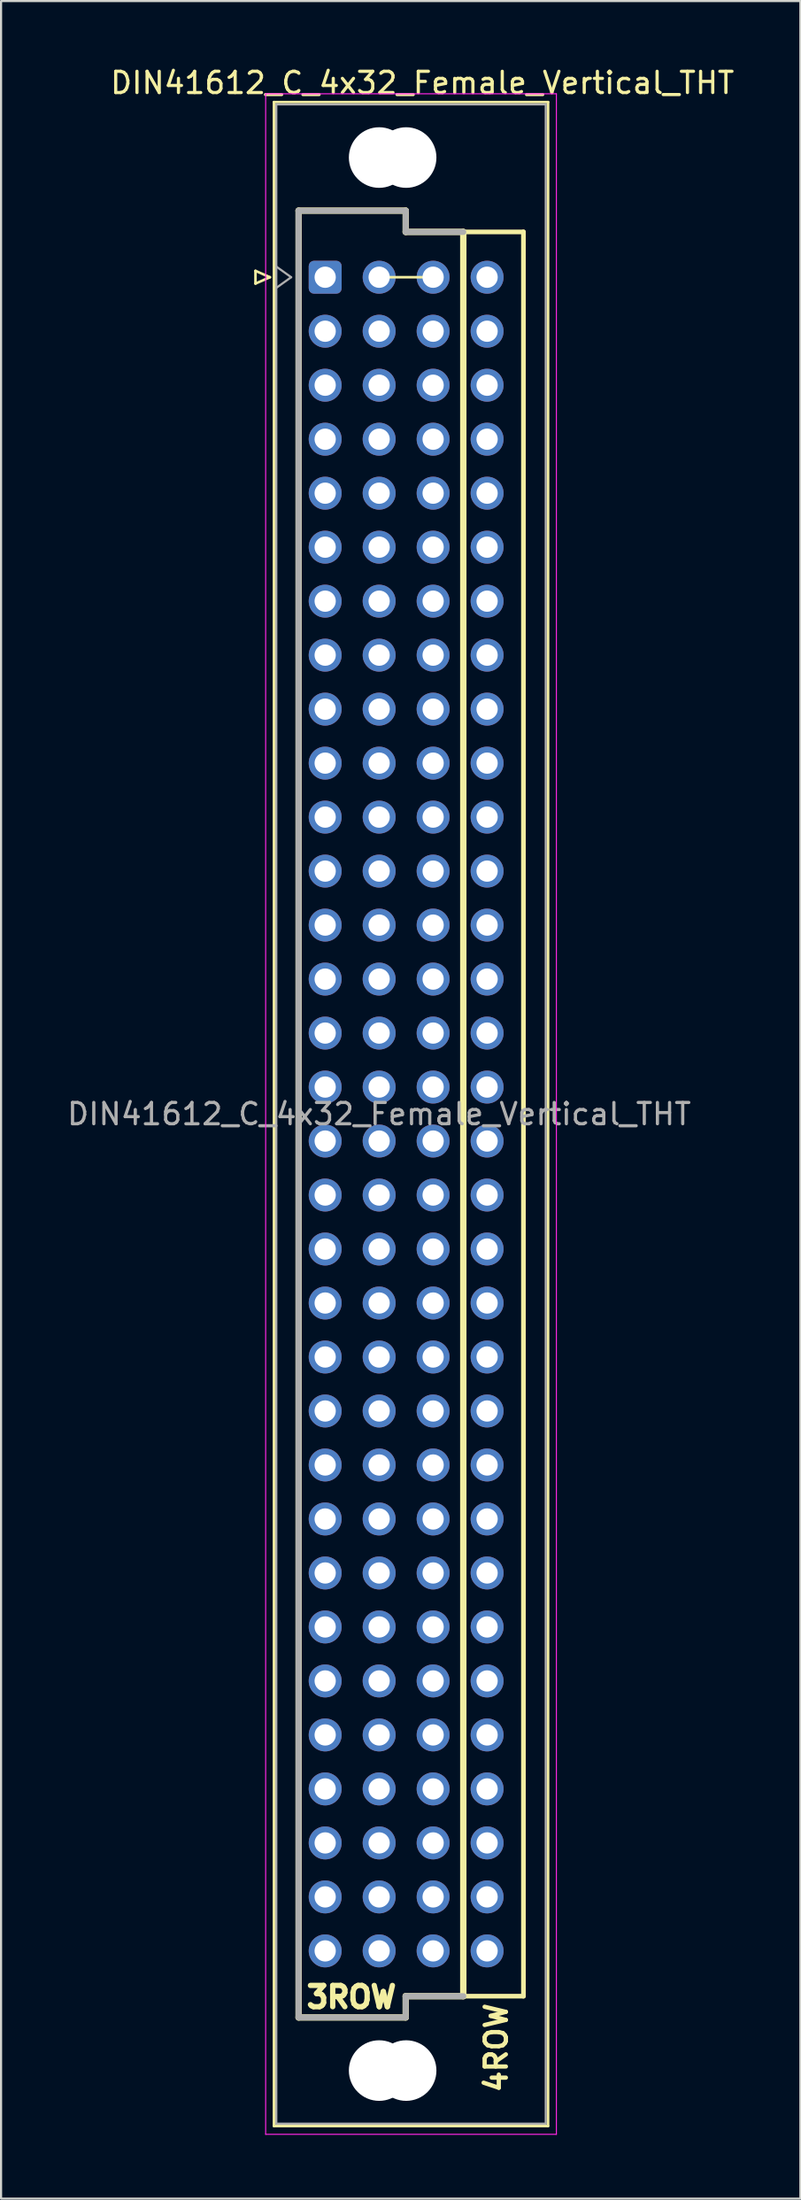
<source format=kicad_pcb>
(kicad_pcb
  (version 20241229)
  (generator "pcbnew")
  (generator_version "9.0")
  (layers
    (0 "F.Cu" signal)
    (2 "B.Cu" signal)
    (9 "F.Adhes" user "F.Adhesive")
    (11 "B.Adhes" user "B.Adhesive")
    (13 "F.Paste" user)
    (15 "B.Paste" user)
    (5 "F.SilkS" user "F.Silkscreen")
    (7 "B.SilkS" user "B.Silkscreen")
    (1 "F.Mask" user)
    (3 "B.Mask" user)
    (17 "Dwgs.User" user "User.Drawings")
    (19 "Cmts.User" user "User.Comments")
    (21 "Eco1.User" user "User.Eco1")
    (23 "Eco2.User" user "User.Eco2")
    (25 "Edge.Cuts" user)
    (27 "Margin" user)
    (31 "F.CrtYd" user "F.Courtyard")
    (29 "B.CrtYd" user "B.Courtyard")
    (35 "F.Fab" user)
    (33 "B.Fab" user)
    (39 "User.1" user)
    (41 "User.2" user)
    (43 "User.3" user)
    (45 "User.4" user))
  (footprint "DIN41612_C_4x32_Female_Vertical_THT"
    (layer "F.Cu")
    (at 14.792 9.992)
    (property "Reference" "DIN41612_C_4x32_Female_Vertical_THT" (at 2.032 -9.144 0) (layer "F.SilkS") (effects (font (size 1 1) (thickness 0.15))))
    (attr through_hole)
    (fp_line (start -5.82 -0.3) (end -5.82 0.3) (stroke (width 0.12) (type solid)) (layer "F.SilkS"))
    (fp_line (start -5.82 0.3) (end -5.14 0) (stroke (width 0.12) (type solid)) (layer "F.SilkS"))
    (fp_line (start -5.14 0) (end -5.82 -0.3) (stroke (width 0.12) (type solid)) (layer "F.SilkS"))
    (fp_line (start -4.95 -8.24) (end 7.95 -8.24) (stroke (width 0.12) (type solid)) (layer "F.SilkS"))
    (fp_line (start -4.95 86.98) (end -4.95 -8.24) (stroke (width 0.12) (type solid)) (layer "F.SilkS"))
    (fp_line (start -3.79 -3.131) (end 1.25 -3.131) (stroke (width 0.3) (type solid)) (layer "F.SilkS"))
    (fp_line (start -3.79 81.87) (end -3.79 -3.131) (stroke (width 0.3) (type solid)) (layer "F.SilkS"))
    (fp_line (start 0 0) (end 2.54 0) (stroke (width 0.12) (type default)) (layer "F.SilkS"))
    (fp_line (start 1.25 -3.131) (end 1.25 -2.131) (stroke (width 0.3) (type solid)) (layer "F.SilkS"))
    (fp_line (start 1.25 -2.131) (end 3.96 -2.131) (stroke (width 0.3) (type solid)) (layer "F.SilkS"))
    (fp_line (start 1.25 80.87) (end 1.25 81.87) (stroke (width 0.3) (type solid)) (layer "F.SilkS"))
    (fp_line (start 1.25 81.87) (end -3.79 81.87) (stroke (width 0.3) (type solid)) (layer "F.SilkS"))
    (fp_line (start 3.96 -2.131) (end 3.96 80.87) (stroke (width 0.3) (type solid)) (layer "F.SilkS"))
    (fp_line (start 3.96 80.87) (end 1.25 80.87) (stroke (width 0.3) (type solid)) (layer "F.SilkS"))
    (fp_line (start 6.79 -2.131) (end 3.96 -2.131) (stroke (width 0.22) (type solid)) (layer "F.SilkS"))
    (fp_line (start 6.79 -2.131) (end 6.79 80.87) (stroke (width 0.22) (type solid)) (layer "F.SilkS"))
    (fp_line (start 6.79 80.87) (end 3.96 80.87) (stroke (width 0.22) (type solid)) (layer "F.SilkS"))
    (fp_line (start 7.95 -8.24) (end 7.95 86.98) (stroke (width 0.12) (type solid)) (layer "F.SilkS"))
    (fp_line (start 7.95 86.98) (end -4.95 86.98) (stroke (width 0.12) (type solid)) (layer "F.SilkS"))
    (fp_line (start -5.34 -8.63) (end 8.34 -8.63) (stroke (width 0.05) (type solid)) (layer "F.CrtYd"))
    (fp_line (start -5.34 87.37) (end -5.34 -8.63) (stroke (width 0.05) (type solid)) (layer "F.CrtYd"))
    (fp_line (start 8.34 -8.63) (end 8.34 87.37) (stroke (width 0.05) (type solid)) (layer "F.CrtYd"))
    (fp_line (start 8.34 87.37) (end -5.34 87.37) (stroke (width 0.05) (type solid)) (layer "F.CrtYd"))
    (fp_line (start -4.84 -8.13) (end 7.84 -8.13) (stroke (width 0.1) (type solid)) (layer "F.Fab"))
    (fp_line (start -4.84 -0.5) (end -4.14 0) (stroke (width 0.1) (type solid)) (layer "F.Fab"))
    (fp_line (start -4.84 86.87) (end -4.84 -8.13) (stroke (width 0.1) (type solid)) (layer "F.Fab"))
    (fp_line (start -4.14 0) (end -4.84 0.5) (stroke (width 0.1) (type solid)) (layer "F.Fab"))
    (fp_line (start -3.79 -3.13) (end 1.25 -3.13) (stroke (width 0.28) (type solid)) (layer "F.Fab"))
    (fp_line (start -3.79 81.87) (end -3.79 -3.13) (stroke (width 0.28) (type solid)) (layer "F.Fab"))
    (fp_line (start 1.25 -3.13) (end 1.25 -2.13) (stroke (width 0.28) (type solid)) (layer "F.Fab"))
    (fp_line (start 1.25 -2.13) (end 3.96 -2.13) (stroke (width 0.28) (type solid)) (layer "F.Fab"))
    (fp_line (start 1.25 80.87) (end 1.25 81.87) (stroke (width 0.28) (type solid)) (layer "F.Fab"))
    (fp_line (start 1.25 81.87) (end -3.79 81.87) (stroke (width 0.28) (type solid)) (layer "F.Fab"))
    (fp_line (start 3.96 80.87) (end 1.25 80.87) (stroke (width 0.28) (type solid)) (layer "F.Fab"))
    (fp_line (start 7.84 -8.13) (end 7.84 86.87) (stroke (width 0.1) (type solid)) (layer "F.Fab"))
    (fp_line (start 7.84 86.87) (end -4.84 86.87) (stroke (width 0.1) (type solid)) (layer "F.Fab"))
    (fp_text user "4ROW" (at 6.096 85.5 90) (unlocked yes) (layer "F.SilkS") (effects (font (size 1 1) (thickness 0.2) (bold yes)) (justify left bottom)))
    (fp_text user "3ROW" (at -3.54 81.5 0) (unlocked yes) (layer "F.SilkS") (effects (font (size 1 1) (thickness 0.25) (bold yes)) (justify left bottom)))
    (fp_text user "${REFERENCE}" (at 0 39.37 0) (layer "F.Fab") (effects (font (size 1 1) (thickness 0.15))))
    (pad "" np_thru_hole circle (at 0 -5.63) (size 2.85 2.85) (drill 2.85) (layers "*.Cu" "*.Mask"))
    (pad "" np_thru_hole circle (at 0 84.37) (size 2.85 2.85) (drill 2.85) (layers "*.Cu" "*.Mask"))
    (pad "" np_thru_hole circle (at 1.27 -5.63) (size 2.85 2.85) (drill 2.85) (layers "*.Cu" "*.Mask"))
    (pad "" np_thru_hole circle (at 1.27 84.37) (size 2.85 2.85) (drill 2.85) (layers "*.Cu" "*.Mask"))
    (pad "a1" thru_hole roundrect (at -2.54 0) (size 1.55 1.55) (drill 1) (layers "*.Cu" "*.Mask") (roundrect_rratio 0.161))
    (pad "a2" thru_hole circle (at -2.54 2.54) (size 1.55 1.55) (drill 1) (layers "*.Cu" "*.Mask"))
    (pad "a3" thru_hole circle (at -2.54 5.08) (size 1.55 1.55) (drill 1) (layers "*.Cu" "*.Mask"))
    (pad "a4" thru_hole circle (at -2.54 7.62) (size 1.55 1.55) (drill 1) (layers "*.Cu" "*.Mask"))
    (pad "a5" thru_hole circle (at -2.54 10.16) (size 1.55 1.55) (drill 1) (layers "*.Cu" "*.Mask"))
    (pad "a6" thru_hole circle (at -2.54 12.7) (size 1.55 1.55) (drill 1) (layers "*.Cu" "*.Mask"))
    (pad "a7" thru_hole circle (at -2.54 15.24) (size 1.55 1.55) (drill 1) (layers "*.Cu" "*.Mask"))
    (pad "a8" thru_hole circle (at -2.54 17.78) (size 1.55 1.55) (drill 1) (layers "*.Cu" "*.Mask"))
    (pad "a9" thru_hole circle (at -2.54 20.32) (size 1.55 1.55) (drill 1) (layers "*.Cu" "*.Mask"))
    (pad "a10" thru_hole circle (at -2.54 22.86) (size 1.55 1.55) (drill 1) (layers "*.Cu" "*.Mask"))
    (pad "a11" thru_hole circle (at -2.54 25.4) (size 1.55 1.55) (drill 1) (layers "*.Cu" "*.Mask"))
    (pad "a12" thru_hole circle (at -2.54 27.94) (size 1.55 1.55) (drill 1) (layers "*.Cu" "*.Mask"))
    (pad "a13" thru_hole circle (at -2.54 30.48) (size 1.55 1.55) (drill 1) (layers "*.Cu" "*.Mask"))
    (pad "a14" thru_hole circle (at -2.54 33.02) (size 1.55 1.55) (drill 1) (layers "*.Cu" "*.Mask"))
    (pad "a15" thru_hole circle (at -2.54 35.56) (size 1.55 1.55) (drill 1) (layers "*.Cu" "*.Mask"))
    (pad "a16" thru_hole circle (at -2.54 38.1) (size 1.55 1.55) (drill 1) (layers "*.Cu" "*.Mask"))
    (pad "a17" thru_hole circle (at -2.54 40.64) (size 1.55 1.55) (drill 1) (layers "*.Cu" "*.Mask"))
    (pad "a18" thru_hole circle (at -2.54 43.18) (size 1.55 1.55) (drill 1) (layers "*.Cu" "*.Mask"))
    (pad "a19" thru_hole circle (at -2.54 45.72) (size 1.55 1.55) (drill 1) (layers "*.Cu" "*.Mask"))
    (pad "a20" thru_hole circle (at -2.54 48.26) (size 1.55 1.55) (drill 1) (layers "*.Cu" "*.Mask"))
    (pad "a21" thru_hole circle (at -2.54 50.8) (size 1.55 1.55) (drill 1) (layers "*.Cu" "*.Mask"))
    (pad "a22" thru_hole circle (at -2.54 53.34) (size 1.55 1.55) (drill 1) (layers "*.Cu" "*.Mask"))
    (pad "a23" thru_hole circle (at -2.54 55.88) (size 1.55 1.55) (drill 1) (layers "*.Cu" "*.Mask"))
    (pad "a24" thru_hole circle (at -2.54 58.42) (size 1.55 1.55) (drill 1) (layers "*.Cu" "*.Mask"))
    (pad "a25" thru_hole circle (at -2.54 60.96) (size 1.55 1.55) (drill 1) (layers "*.Cu" "*.Mask"))
    (pad "a26" thru_hole circle (at -2.54 63.5) (size 1.55 1.55) (drill 1) (layers "*.Cu" "*.Mask"))
    (pad "a27" thru_hole circle (at -2.54 66.04) (size 1.55 1.55) (drill 1) (layers "*.Cu" "*.Mask"))
    (pad "a28" thru_hole circle (at -2.54 68.58) (size 1.55 1.55) (drill 1) (layers "*.Cu" "*.Mask"))
    (pad "a29" thru_hole circle (at -2.54 71.12) (size 1.55 1.55) (drill 1) (layers "*.Cu" "*.Mask"))
    (pad "a30" thru_hole circle (at -2.54 73.66) (size 1.55 1.55) (drill 1) (layers "*.Cu" "*.Mask"))
    (pad "a31" thru_hole circle (at -2.54 76.2) (size 1.55 1.55) (drill 1) (layers "*.Cu" "*.Mask"))
    (pad "a32" thru_hole circle (at -2.54 78.74) (size 1.55 1.55) (drill 1) (layers "*.Cu" "*.Mask"))
    (pad "b1" thru_hole circle (at 0 0) (size 1.55 1.55) (drill 1) (layers "*.Cu" "*.Mask"))
    (pad "b2" thru_hole circle (at 0 2.54) (size 1.55 1.55) (drill 1) (layers "*.Cu" "*.Mask"))
    (pad "b3" thru_hole circle (at 0 5.08) (size 1.55 1.55) (drill 1) (layers "*.Cu" "*.Mask"))
    (pad "b4" thru_hole circle (at 0 7.62) (size 1.55 1.55) (drill 1) (layers "*.Cu" "*.Mask"))
    (pad "b5" thru_hole circle (at 0 10.16) (size 1.55 1.55) (drill 1) (layers "*.Cu" "*.Mask"))
    (pad "b6" thru_hole circle (at 0 12.7) (size 1.55 1.55) (drill 1) (layers "*.Cu" "*.Mask"))
    (pad "b7" thru_hole circle (at 0 15.24) (size 1.55 1.55) (drill 1) (layers "*.Cu" "*.Mask"))
    (pad "b8" thru_hole circle (at 0 17.78) (size 1.55 1.55) (drill 1) (layers "*.Cu" "*.Mask"))
    (pad "b9" thru_hole circle (at 0 20.32) (size 1.55 1.55) (drill 1) (layers "*.Cu" "*.Mask"))
    (pad "b10" thru_hole circle (at 0 22.86) (size 1.55 1.55) (drill 1) (layers "*.Cu" "*.Mask"))
    (pad "b11" thru_hole circle (at 0 25.4) (size 1.55 1.55) (drill 1) (layers "*.Cu" "*.Mask"))
    (pad "b12" thru_hole circle (at 0 27.94) (size 1.55 1.55) (drill 1) (layers "*.Cu" "*.Mask"))
    (pad "b13" thru_hole circle (at 0 30.48) (size 1.55 1.55) (drill 1) (layers "*.Cu" "*.Mask"))
    (pad "b14" thru_hole circle (at 0 33.02) (size 1.55 1.55) (drill 1) (layers "*.Cu" "*.Mask"))
    (pad "b15" thru_hole circle (at 0 35.56) (size 1.55 1.55) (drill 1) (layers "*.Cu" "*.Mask"))
    (pad "b16" thru_hole circle (at 0 38.1) (size 1.55 1.55) (drill 1) (layers "*.Cu" "*.Mask"))
    (pad "b17" thru_hole circle (at 0 40.64) (size 1.55 1.55) (drill 1) (layers "*.Cu" "*.Mask"))
    (pad "b18" thru_hole circle (at 0 43.18) (size 1.55 1.55) (drill 1) (layers "*.Cu" "*.Mask"))
    (pad "b19" thru_hole circle (at 0 45.72) (size 1.55 1.55) (drill 1) (layers "*.Cu" "*.Mask"))
    (pad "b20" thru_hole circle (at 0 48.26) (size 1.55 1.55) (drill 1) (layers "*.Cu" "*.Mask"))
    (pad "b21" thru_hole circle (at 0 50.8) (size 1.55 1.55) (drill 1) (layers "*.Cu" "*.Mask"))
    (pad "b22" thru_hole circle (at 0 53.34) (size 1.55 1.55) (drill 1) (layers "*.Cu" "*.Mask"))
    (pad "b23" thru_hole circle (at 0 55.88) (size 1.55 1.55) (drill 1) (layers "*.Cu" "*.Mask"))
    (pad "b24" thru_hole circle (at 0 58.42) (size 1.55 1.55) (drill 1) (layers "*.Cu" "*.Mask"))
    (pad "b25" thru_hole circle (at 0 60.96) (size 1.55 1.55) (drill 1) (layers "*.Cu" "*.Mask"))
    (pad "b26" thru_hole circle (at 0 63.5) (size 1.55 1.55) (drill 1) (layers "*.Cu" "*.Mask"))
    (pad "b27" thru_hole circle (at 0 66.04) (size 1.55 1.55) (drill 1) (layers "*.Cu" "*.Mask"))
    (pad "b28" thru_hole circle (at 0 68.58) (size 1.55 1.55) (drill 1) (layers "*.Cu" "*.Mask"))
    (pad "b29" thru_hole circle (at 0 71.12) (size 1.55 1.55) (drill 1) (layers "*.Cu" "*.Mask"))
    (pad "b30" thru_hole circle (at 0 73.66) (size 1.55 1.55) (drill 1) (layers "*.Cu" "*.Mask"))
    (pad "b31" thru_hole circle (at 0 76.2) (size 1.55 1.55) (drill 1) (layers "*.Cu" "*.Mask"))
    (pad "b32" thru_hole circle (at 0 78.74) (size 1.55 1.55) (drill 1) (layers "*.Cu" "*.Mask"))
    (pad "c1" thru_hole circle (at 2.54 0) (size 1.55 1.55) (drill 1) (layers "*.Cu" "*.Mask"))
    (pad "c2" thru_hole circle (at 2.54 2.54) (size 1.55 1.55) (drill 1) (layers "*.Cu" "*.Mask"))
    (pad "c3" thru_hole circle (at 2.54 5.08) (size 1.55 1.55) (drill 1) (layers "*.Cu" "*.Mask"))
    (pad "c4" thru_hole circle (at 2.54 7.62) (size 1.55 1.55) (drill 1) (layers "*.Cu" "*.Mask"))
    (pad "c5" thru_hole circle (at 2.54 10.16) (size 1.55 1.55) (drill 1) (layers "*.Cu" "*.Mask"))
    (pad "c6" thru_hole circle (at 2.54 12.7) (size 1.55 1.55) (drill 1) (layers "*.Cu" "*.Mask"))
    (pad "c7" thru_hole circle (at 2.54 15.24) (size 1.55 1.55) (drill 1) (layers "*.Cu" "*.Mask"))
    (pad "c8" thru_hole circle (at 2.54 17.78) (size 1.55 1.55) (drill 1) (layers "*.Cu" "*.Mask"))
    (pad "c9" thru_hole circle (at 2.54 20.32) (size 1.55 1.55) (drill 1) (layers "*.Cu" "*.Mask"))
    (pad "c10" thru_hole circle (at 2.54 22.86) (size 1.55 1.55) (drill 1) (layers "*.Cu" "*.Mask"))
    (pad "c11" thru_hole circle (at 2.54 25.4) (size 1.55 1.55) (drill 1) (layers "*.Cu" "*.Mask"))
    (pad "c12" thru_hole circle (at 2.54 27.94) (size 1.55 1.55) (drill 1) (layers "*.Cu" "*.Mask"))
    (pad "c13" thru_hole circle (at 2.54 30.48) (size 1.55 1.55) (drill 1) (layers "*.Cu" "*.Mask"))
    (pad "c14" thru_hole circle (at 2.54 33.02) (size 1.55 1.55) (drill 1) (layers "*.Cu" "*.Mask"))
    (pad "c15" thru_hole circle (at 2.54 35.56) (size 1.55 1.55) (drill 1) (layers "*.Cu" "*.Mask"))
    (pad "c16" thru_hole circle (at 2.54 38.1) (size 1.55 1.55) (drill 1) (layers "*.Cu" "*.Mask"))
    (pad "c17" thru_hole circle (at 2.54 40.64) (size 1.55 1.55) (drill 1) (layers "*.Cu" "*.Mask"))
    (pad "c18" thru_hole circle (at 2.54 43.18) (size 1.55 1.55) (drill 1) (layers "*.Cu" "*.Mask"))
    (pad "c19" thru_hole circle (at 2.54 45.72) (size 1.55 1.55) (drill 1) (layers "*.Cu" "*.Mask"))
    (pad "c20" thru_hole circle (at 2.54 48.26) (size 1.55 1.55) (drill 1) (layers "*.Cu" "*.Mask"))
    (pad "c21" thru_hole circle (at 2.54 50.8) (size 1.55 1.55) (drill 1) (layers "*.Cu" "*.Mask"))
    (pad "c22" thru_hole circle (at 2.54 53.34) (size 1.55 1.55) (drill 1) (layers "*.Cu" "*.Mask"))
    (pad "c23" thru_hole circle (at 2.54 55.88) (size 1.55 1.55) (drill 1) (layers "*.Cu" "*.Mask"))
    (pad "c24" thru_hole circle (at 2.54 58.42) (size 1.55 1.55) (drill 1) (layers "*.Cu" "*.Mask"))
    (pad "c25" thru_hole circle (at 2.54 60.96) (size 1.55 1.55) (drill 1) (layers "*.Cu" "*.Mask"))
    (pad "c26" thru_hole circle (at 2.54 63.5) (size 1.55 1.55) (drill 1) (layers "*.Cu" "*.Mask"))
    (pad "c27" thru_hole circle (at 2.54 66.04) (size 1.55 1.55) (drill 1) (layers "*.Cu" "*.Mask"))
    (pad "c28" thru_hole circle (at 2.54 68.58) (size 1.55 1.55) (drill 1) (layers "*.Cu" "*.Mask"))
    (pad "c29" thru_hole circle (at 2.54 71.12) (size 1.55 1.55) (drill 1) (layers "*.Cu" "*.Mask"))
    (pad "c30" thru_hole circle (at 2.54 73.66) (size 1.55 1.55) (drill 1) (layers "*.Cu" "*.Mask"))
    (pad "c31" thru_hole circle (at 2.54 76.2) (size 1.55 1.55) (drill 1) (layers "*.Cu" "*.Mask"))
    (pad "c32" thru_hole circle (at 2.54 78.74) (size 1.55 1.55) (drill 1) (layers "*.Cu" "*.Mask"))
    (pad "d1" thru_hole circle (at 5.08 0) (size 1.55 1.55) (drill 1) (layers "*.Cu" "*.Mask"))
    (pad "d2" thru_hole circle (at 5.08 2.54) (size 1.55 1.55) (drill 1) (layers "*.Cu" "*.Mask"))
    (pad "d3" thru_hole circle (at 5.08 5.08) (size 1.55 1.55) (drill 1) (layers "*.Cu" "*.Mask"))
    (pad "d4" thru_hole circle (at 5.08 7.62) (size 1.55 1.55) (drill 1) (layers "*.Cu" "*.Mask"))
    (pad "d5" thru_hole circle (at 5.08 10.16) (size 1.55 1.55) (drill 1) (layers "*.Cu" "*.Mask"))
    (pad "d6" thru_hole circle (at 5.08 12.7) (size 1.55 1.55) (drill 1) (layers "*.Cu" "*.Mask"))
    (pad "d7" thru_hole circle (at 5.08 15.24) (size 1.55 1.55) (drill 1) (layers "*.Cu" "*.Mask"))
    (pad "d8" thru_hole circle (at 5.08 17.78) (size 1.55 1.55) (drill 1) (layers "*.Cu" "*.Mask"))
    (pad "d9" thru_hole circle (at 5.08 20.32) (size 1.55 1.55) (drill 1) (layers "*.Cu" "*.Mask"))
    (pad "d10" thru_hole circle (at 5.08 22.86) (size 1.55 1.55) (drill 1) (layers "*.Cu" "*.Mask"))
    (pad "d11" thru_hole circle (at 5.08 25.4) (size 1.55 1.55) (drill 1) (layers "*.Cu" "*.Mask"))
    (pad "d12" thru_hole circle (at 5.08 27.94) (size 1.55 1.55) (drill 1) (layers "*.Cu" "*.Mask"))
    (pad "d13" thru_hole circle (at 5.08 30.48) (size 1.55 1.55) (drill 1) (layers "*.Cu" "*.Mask"))
    (pad "d14" thru_hole circle (at 5.08 33.02) (size 1.55 1.55) (drill 1) (layers "*.Cu" "*.Mask"))
    (pad "d15" thru_hole circle (at 5.08 35.56) (size 1.55 1.55) (drill 1) (layers "*.Cu" "*.Mask"))
    (pad "d16" thru_hole circle (at 5.08 38.1) (size 1.55 1.55) (drill 1) (layers "*.Cu" "*.Mask"))
    (pad "d17" thru_hole circle (at 5.08 40.64) (size 1.55 1.55) (drill 1) (layers "*.Cu" "*.Mask"))
    (pad "d18" thru_hole circle (at 5.08 43.18) (size 1.55 1.55) (drill 1) (layers "*.Cu" "*.Mask"))
    (pad "d19" thru_hole circle (at 5.08 45.72) (size 1.55 1.55) (drill 1) (layers "*.Cu" "*.Mask"))
    (pad "d20" thru_hole circle (at 5.08 48.26) (size 1.55 1.55) (drill 1) (layers "*.Cu" "*.Mask"))
    (pad "d21" thru_hole circle (at 5.08 50.8) (size 1.55 1.55) (drill 1) (layers "*.Cu" "*.Mask"))
    (pad "d22" thru_hole circle (at 5.08 53.34) (size 1.55 1.55) (drill 1) (layers "*.Cu" "*.Mask"))
    (pad "d23" thru_hole circle (at 5.08 55.88) (size 1.55 1.55) (drill 1) (layers "*.Cu" "*.Mask"))
    (pad "d24" thru_hole circle (at 5.08 58.42) (size 1.55 1.55) (drill 1) (layers "*.Cu" "*.Mask"))
    (pad "d25" thru_hole circle (at 5.08 60.96) (size 1.55 1.55) (drill 1) (layers "*.Cu" "*.Mask"))
    (pad "d26" thru_hole circle (at 5.08 63.5) (size 1.55 1.55) (drill 1) (layers "*.Cu" "*.Mask"))
    (pad "d27" thru_hole circle (at 5.08 66.04) (size 1.55 1.55) (drill 1) (layers "*.Cu" "*.Mask"))
    (pad "d28" thru_hole circle (at 5.08 68.58) (size 1.55 1.55) (drill 1) (layers "*.Cu" "*.Mask"))
    (pad "d29" thru_hole circle (at 5.08 71.12) (size 1.55 1.55) (drill 1) (layers "*.Cu" "*.Mask"))
    (pad "d30" thru_hole circle (at 5.08 73.66) (size 1.55 1.55) (drill 1) (layers "*.Cu" "*.Mask"))
    (pad "d31" thru_hole circle (at 5.08 76.2) (size 1.55 1.55) (drill 1) (layers "*.Cu" "*.Mask"))
    (pad "d32" thru_hole circle (at 5.08 78.74) (size 1.55 1.55) (drill 1) (layers "*.Cu" "*.Mask")))
  (gr_rect
    (start -3 -3)
    (end 34.615 100.387)
    (stroke (width 0.1) (type default))
    (fill no)
    (layer "Edge.Cuts")))
</source>
